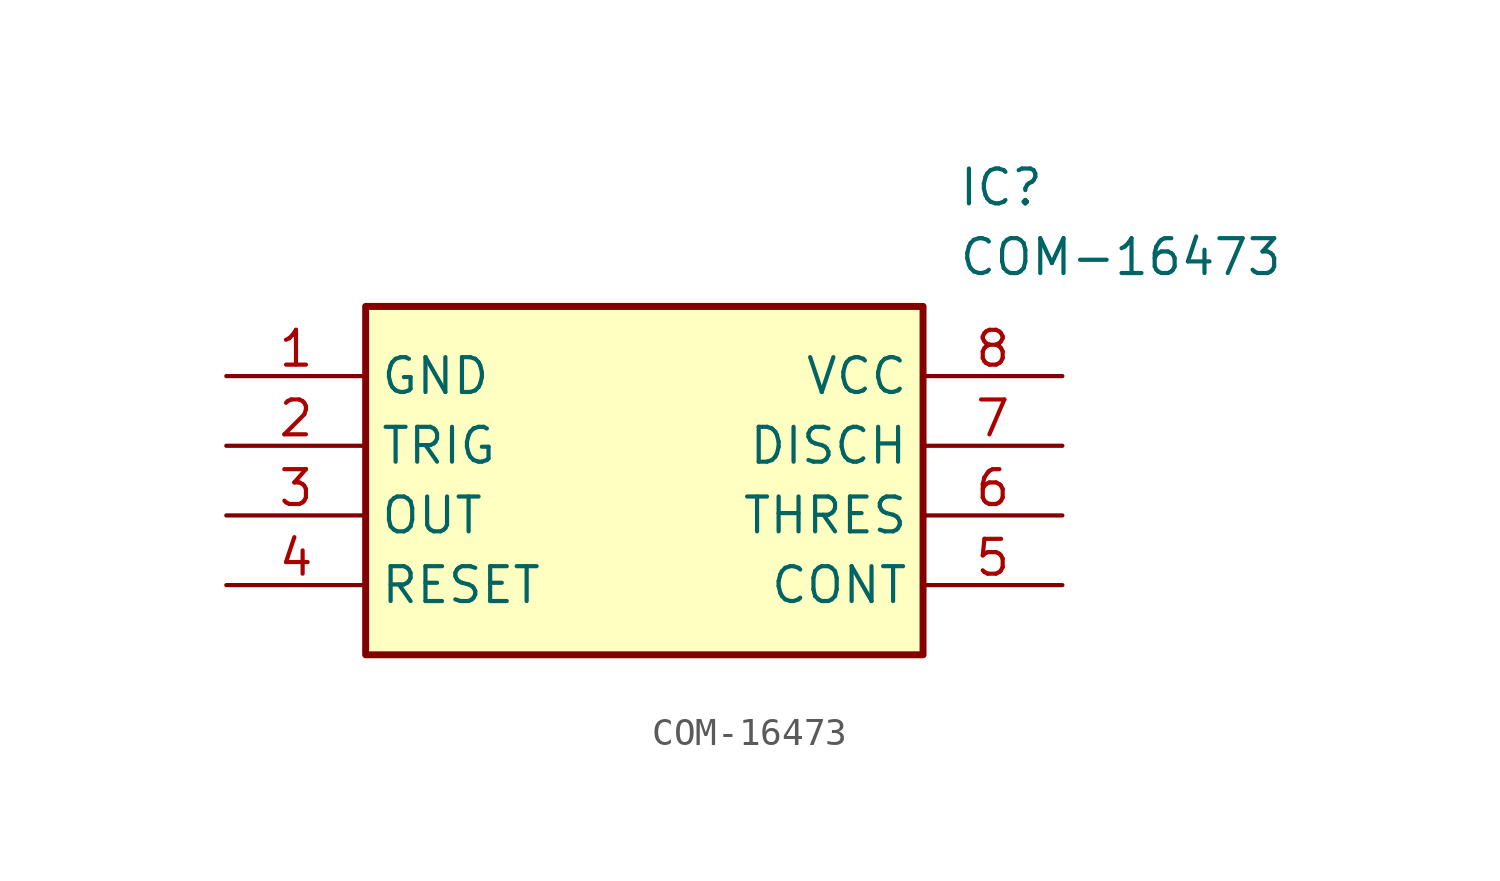
<source format=kicad_sym>
(kicad_symbol_lib
  (version 20211014)
  (generator SamacSys_ECAD_Model)
  (symbol "COM-16473"
    (property "Reference" "IC"
      (at 26.67 7.62 0)
      (effects (font (size 1.27 1.27)) (justify left top)))
    (property "Value" "COM-16473"
      (at 26.67 5.08 0)
      (effects (font (size 1.27 1.27)) (justify left top)))
    (rectangle
      (start 5.08 2.54)
      (end 25.4 -10.16)
      (stroke (width 0.254) (type default))
      (fill (type background)))
    (pin passive line
      (at 0 0 0)
      (length 5.08)
      (name "GND" (effects (font (size 1.27 1.27))))
      (number "1" (effects (font (size 1.27 1.27)))))
    (pin passive line
      (at 0 -2.54 0)
      (length 5.08)
      (name "TRIG" (effects (font (size 1.27 1.27))))
      (number "2" (effects (font (size 1.27 1.27)))))
    (pin passive line
      (at 0 -5.08 0)
      (length 5.08)
      (name "OUT" (effects (font (size 1.27 1.27))))
      (number "3" (effects (font (size 1.27 1.27)))))
    (pin passive line
      (at 0 -7.62 0)
      (length 5.08)
      (name "RESET" (effects (font (size 1.27 1.27))))
      (number "4" (effects (font (size 1.27 1.27)))))
    (pin passive line
      (at 30.48 0 180)
      (length 5.08)
      (name "VCC" (effects (font (size 1.27 1.27))))
      (number "8" (effects (font (size 1.27 1.27)))))
    (pin passive line
      (at 30.48 -2.54 180)
      (length 5.08)
      (name "DISCH" (effects (font (size 1.27 1.27))))
      (number "7" (effects (font (size 1.27 1.27)))))
    (pin passive line
      (at 30.48 -5.08 180)
      (length 5.08)
      (name "THRES" (effects (font (size 1.27 1.27))))
      (number "6" (effects (font (size 1.27 1.27)))))
    (pin passive line
      (at 30.48 -7.62 180)
      (length 5.08)
      (name "CONT" (effects (font (size 1.27 1.27))))
      (number "5" (effects (font (size 1.27 1.27)))))))
</source>
